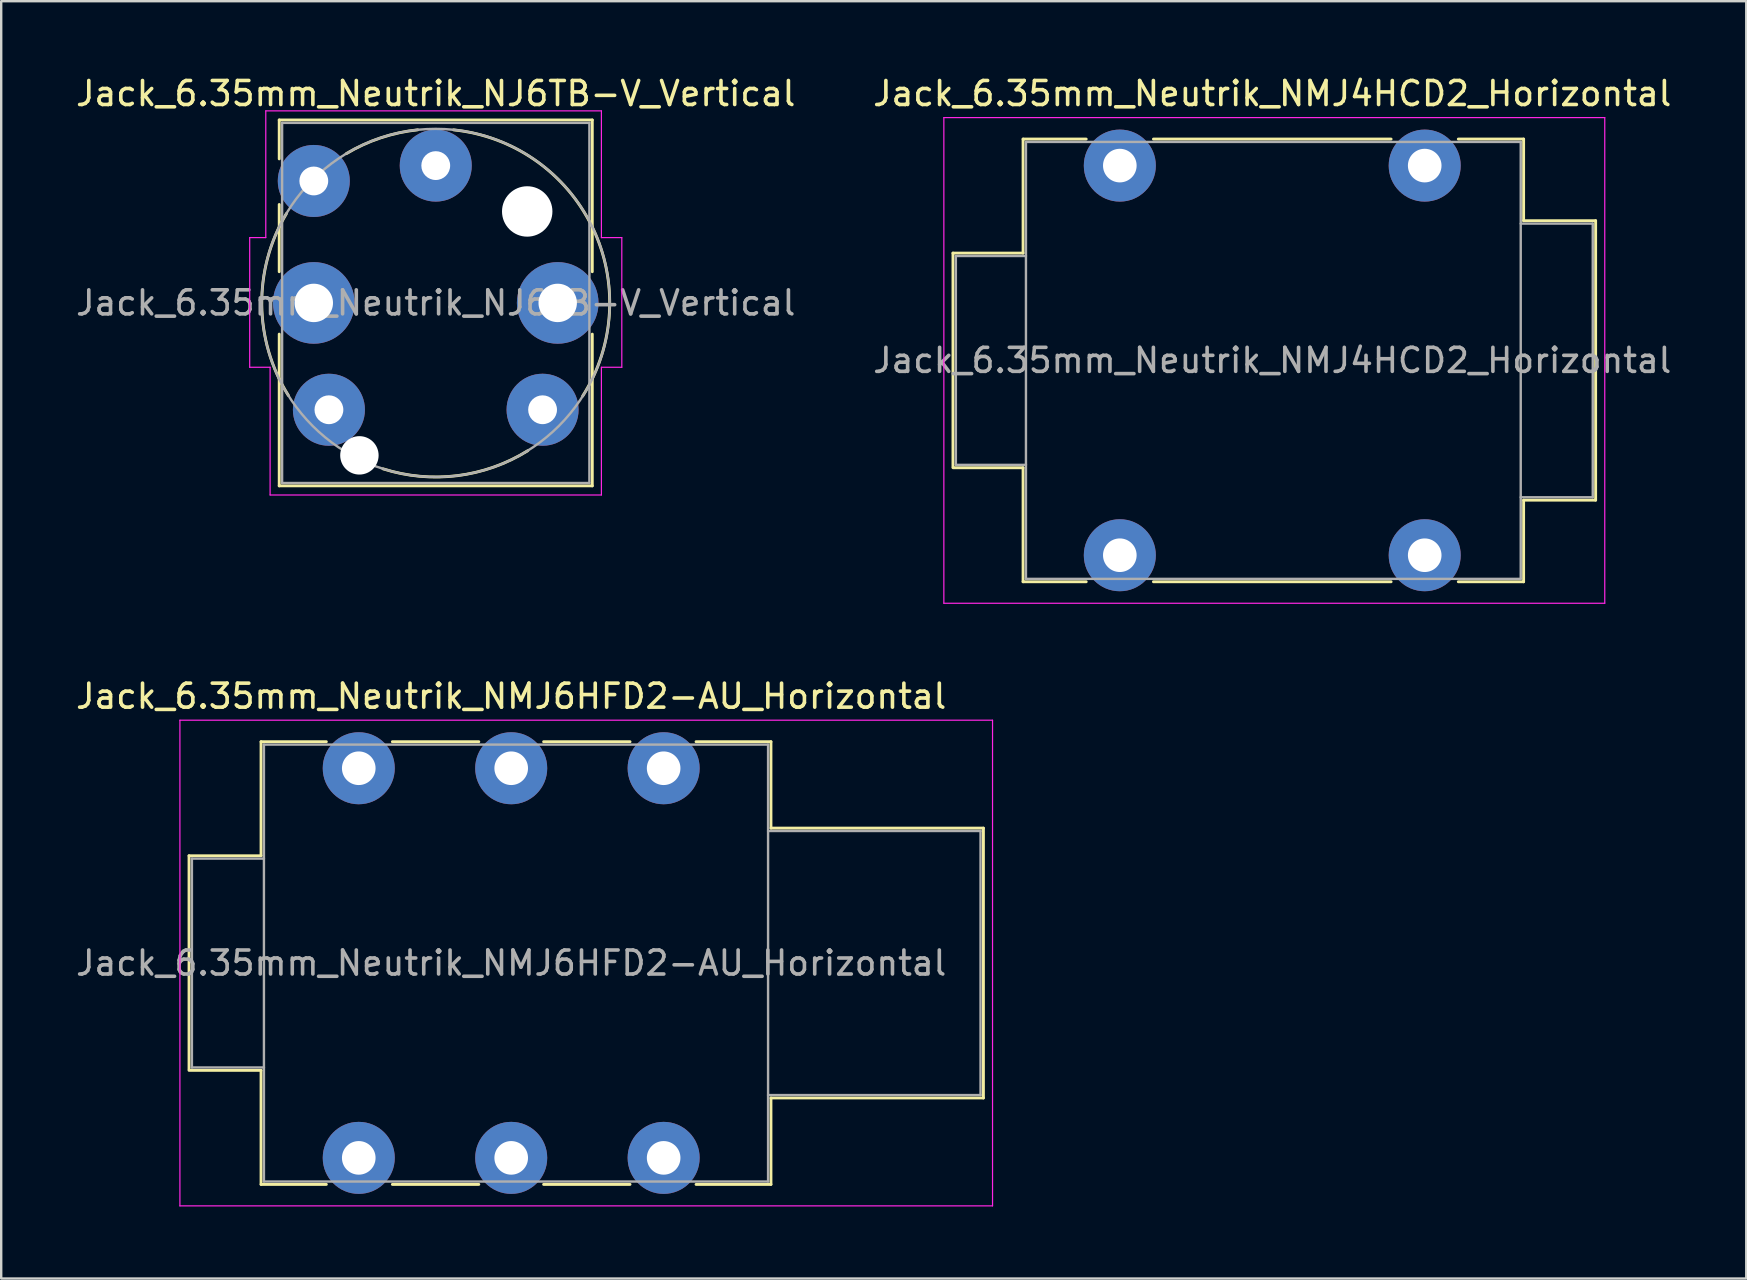
<source format=kicad_pcb>
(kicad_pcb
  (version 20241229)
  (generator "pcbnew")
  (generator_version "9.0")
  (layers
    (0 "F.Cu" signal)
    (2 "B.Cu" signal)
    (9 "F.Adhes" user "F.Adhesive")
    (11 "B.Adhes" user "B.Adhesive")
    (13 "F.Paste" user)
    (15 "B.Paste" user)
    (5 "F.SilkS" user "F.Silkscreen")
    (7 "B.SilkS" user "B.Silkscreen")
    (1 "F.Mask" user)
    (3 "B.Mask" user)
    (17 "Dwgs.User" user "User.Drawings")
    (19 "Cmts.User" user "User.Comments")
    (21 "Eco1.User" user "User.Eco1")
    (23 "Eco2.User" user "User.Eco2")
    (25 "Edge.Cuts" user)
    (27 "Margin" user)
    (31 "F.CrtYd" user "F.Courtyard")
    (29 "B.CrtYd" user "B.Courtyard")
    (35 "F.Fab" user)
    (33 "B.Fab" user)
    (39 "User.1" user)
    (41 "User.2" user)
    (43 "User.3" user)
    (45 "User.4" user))
  (footprint "Jack_6.35mm_Neutrik_NMJ4HCD2_Horizontal"
    (layer "F.Cu")
    (at 43.596 3.848)
    (property "Reference" "Jack_6.35mm_Neutrik_NMJ4HCD2_Horizontal" (at 6.35 -3 0) (layer "F.SilkS") (effects (font (size 1 1) (thickness 0.15))))
    (attr through_hole)
    (fp_line (start -6.95 3.645) (end -4.03 3.645) (stroke (width 0.12) (type solid)) (layer "F.SilkS"))
    (fp_line (start -6.95 12.545) (end -6.95 3.645) (stroke (width 0.12) (type solid)) (layer "F.SilkS"))
    (fp_line (start -6.95 12.585) (end -4.03 12.585) (stroke (width 0.12) (type solid)) (layer "F.SilkS"))
    (fp_line (start -4.03 -1.105) (end -1.4 -1.105) (stroke (width 0.12) (type solid)) (layer "F.SilkS"))
    (fp_line (start -4.03 3.645) (end -4.03 -1.105) (stroke (width 0.12) (type solid)) (layer "F.SilkS"))
    (fp_line (start -4.03 17.335) (end -4.03 12.585) (stroke (width 0.12) (type solid)) (layer "F.SilkS"))
    (fp_line (start -1.4 17.335) (end -4.03 17.335) (stroke (width 0.12) (type solid)) (layer "F.SilkS"))
    (fp_line (start 1.4 -1.105) (end 11.3 -1.105) (stroke (width 0.12) (type solid)) (layer "F.SilkS"))
    (fp_line (start 11.3 17.335) (end 1.4 17.335) (stroke (width 0.12) (type solid)) (layer "F.SilkS"))
    (fp_line (start 16.82 -1.105) (end 14.1 -1.105) (stroke (width 0.12) (type solid)) (layer "F.SilkS"))
    (fp_line (start 16.82 2.295) (end 16.82 -1.105) (stroke (width 0.12) (type solid)) (layer "F.SilkS"))
    (fp_line (start 16.82 2.295) (end 19.82 2.295) (stroke (width 0.12) (type solid)) (layer "F.SilkS"))
    (fp_line (start 16.82 13.935) (end 19.82 13.935) (stroke (width 0.12) (type solid)) (layer "F.SilkS"))
    (fp_line (start 16.82 17.335) (end 14.1 17.335) (stroke (width 0.12) (type solid)) (layer "F.SilkS"))
    (fp_line (start 16.82 17.335) (end 16.82 13.935) (stroke (width 0.12) (type solid)) (layer "F.SilkS"))
    (fp_line (start 19.82 13.935) (end 19.82 2.295) (stroke (width 0.12) (type solid)) (layer "F.SilkS"))
    (fp_line (start -7.33 18.23) (end -7.33 -2) (stroke (width 0.05) (type solid)) (layer "F.CrtYd"))
    (fp_line (start -7.33 18.23) (end 20.2 18.23) (stroke (width 0.05) (type solid)) (layer "F.CrtYd"))
    (fp_line (start 20.2 -2) (end -7.33 -2) (stroke (width 0.05) (type solid)) (layer "F.CrtYd"))
    (fp_line (start 20.2 18.23) (end 20.2 -2) (stroke (width 0.05) (type solid)) (layer "F.CrtYd"))
    (fp_line (start -6.83 3.765) (end -3.91 3.765) (stroke (width 0.1) (type solid)) (layer "F.Fab"))
    (fp_line (start -6.83 12.465) (end -6.83 3.765) (stroke (width 0.1) (type solid)) (layer "F.Fab"))
    (fp_line (start -6.83 12.465) (end -3.91 12.465) (stroke (width 0.1) (type solid)) (layer "F.Fab"))
    (fp_line (start -3.91 17.215) (end -3.91 -0.985) (stroke (width 0.1) (type solid)) (layer "F.Fab"))
    (fp_line (start 16.7 -0.985) (end -3.91 -0.985) (stroke (width 0.1) (type solid)) (layer "F.Fab"))
    (fp_line (start 16.7 17.215) (end -3.91 17.215) (stroke (width 0.1) (type solid)) (layer "F.Fab"))
    (fp_line (start 16.7 17.215) (end 16.7 -0.985) (stroke (width 0.1) (type solid)) (layer "F.Fab"))
    (fp_line (start 19.7 2.415) (end 16.7 2.415) (stroke (width 0.1) (type solid)) (layer "F.Fab"))
    (fp_line (start 19.7 13.815) (end 16.7 13.815) (stroke (width 0.1) (type solid)) (layer "F.Fab"))
    (fp_line (start 19.7 13.815) (end 19.7 2.415) (stroke (width 0.1) (type solid)) (layer "F.Fab"))
    (fp_text user "${REFERENCE}" (at 6.35 8.115 0) (layer "F.Fab") (effects (font (size 1 1) (thickness 0.15))))
    (pad "S" thru_hole circle (at 12.7 0) (size 3 3) (drill 1.4) (layers "*.Cu" "*.Mask"))
    (pad "SN" thru_hole circle (at 12.7 16.23) (size 3 3) (drill 1.4) (layers "*.Cu" "*.Mask"))
    (pad "T" thru_hole circle (at 0 0) (size 3 3) (drill 1.4) (layers "*.Cu" "*.Mask"))
    (pad "TN" thru_hole circle (at 0 16.23) (size 3 3) (drill 1.4) (layers "*.Cu" "*.Mask")))
  (footprint "Jack_6.35mm_Neutrik_NMJ6HFD2-AU_Horizontal"
    (layer "F.Cu")
    (at 11.894 28.951)
    (property "Reference" "Jack_6.35mm_Neutrik_NMJ6HFD2-AU_Horizontal" (at 6.35 -3 0) (layer "F.SilkS") (effects (font (size 1 1) (thickness 0.15))))
    (attr through_hole)
    (fp_line (start -7.07 3.645) (end -4.07 3.645) (stroke (width 0.12) (type solid)) (layer "F.SilkS"))
    (fp_line (start -7.07 12.545) (end -7.07 3.645) (stroke (width 0.12) (type solid)) (layer "F.SilkS"))
    (fp_line (start -7.07 12.585) (end -4.07 12.585) (stroke (width 0.12) (type solid)) (layer "F.SilkS"))
    (fp_line (start -4.07 -1.105) (end -1.35 -1.105) (stroke (width 0.12) (type solid)) (layer "F.SilkS"))
    (fp_line (start -4.07 3.645) (end -4.07 -1.105) (stroke (width 0.12) (type solid)) (layer "F.SilkS"))
    (fp_line (start -4.07 17.335) (end -4.07 12.585) (stroke (width 0.12) (type solid)) (layer "F.SilkS"))
    (fp_line (start -1.35 17.335) (end -4.07 17.335) (stroke (width 0.12) (type solid)) (layer "F.SilkS"))
    (fp_line (start 1.4 -1.105) (end 5 -1.105) (stroke (width 0.12) (type solid)) (layer "F.SilkS"))
    (fp_line (start 5 17.335) (end 1.4 17.335) (stroke (width 0.12) (type solid)) (layer "F.SilkS"))
    (fp_line (start 7.7 -1.105) (end 11.3 -1.105) (stroke (width 0.12) (type solid)) (layer "F.SilkS"))
    (fp_line (start 11.3 17.335) (end 7.7 17.335) (stroke (width 0.12) (type solid)) (layer "F.SilkS"))
    (fp_line (start 17.17 -1.105) (end 14.05 -1.105) (stroke (width 0.12) (type solid)) (layer "F.SilkS"))
    (fp_line (start 17.17 2.495) (end 17.17 -1.105) (stroke (width 0.12) (type solid)) (layer "F.SilkS"))
    (fp_line (start 17.17 2.495) (end 26.02 2.495) (stroke (width 0.12) (type solid)) (layer "F.SilkS"))
    (fp_line (start 17.17 13.735) (end 26.02 13.735) (stroke (width 0.12) (type solid)) (layer "F.SilkS"))
    (fp_line (start 17.17 17.335) (end 14.05 17.335) (stroke (width 0.12) (type solid)) (layer "F.SilkS"))
    (fp_line (start 17.17 17.335) (end 17.17 13.735) (stroke (width 0.12) (type solid)) (layer "F.SilkS"))
    (fp_line (start 26.02 13.735) (end 26.02 2.495) (stroke (width 0.12) (type solid)) (layer "F.SilkS"))
    (fp_line (start -7.45 18.23) (end -7.45 -2) (stroke (width 0.05) (type solid)) (layer "F.CrtYd"))
    (fp_line (start -7.45 18.23) (end 26.4 18.23) (stroke (width 0.05) (type solid)) (layer "F.CrtYd"))
    (fp_line (start 26.4 -2) (end -7.45 -2) (stroke (width 0.05) (type solid)) (layer "F.CrtYd"))
    (fp_line (start 26.4 18.23) (end 26.4 -2) (stroke (width 0.05) (type solid)) (layer "F.CrtYd"))
    (fp_line (start -6.95 3.765) (end -3.95 3.765) (stroke (width 0.1) (type solid)) (layer "F.Fab"))
    (fp_line (start -6.95 12.465) (end -6.95 3.765) (stroke (width 0.1) (type solid)) (layer "F.Fab"))
    (fp_line (start -6.95 12.465) (end -3.95 12.465) (stroke (width 0.1) (type solid)) (layer "F.Fab"))
    (fp_line (start -3.95 17.215) (end -3.95 -0.985) (stroke (width 0.1) (type solid)) (layer "F.Fab"))
    (fp_line (start 17.05 -0.985) (end -3.95 -0.985) (stroke (width 0.1) (type solid)) (layer "F.Fab"))
    (fp_line (start 17.05 17.215) (end -3.95 17.215) (stroke (width 0.1) (type solid)) (layer "F.Fab"))
    (fp_line (start 17.05 17.215) (end 17.05 -0.985) (stroke (width 0.1) (type solid)) (layer "F.Fab"))
    (fp_line (start 25.9 2.615) (end 17.05 2.615) (stroke (width 0.1) (type solid)) (layer "F.Fab"))
    (fp_line (start 25.9 13.615) (end 17.05 13.615) (stroke (width 0.1) (type solid)) (layer "F.Fab"))
    (fp_line (start 25.9 13.615) (end 25.9 2.615) (stroke (width 0.1) (type solid)) (layer "F.Fab"))
    (fp_text user "${REFERENCE}" (at 6.35 8.115 0) (layer "F.Fab") (effects (font (size 1 1) (thickness 0.15))))
    (pad "R" thru_hole circle (at 6.35 0) (size 3 3) (drill 1.4) (layers "*.Cu" "*.Mask"))
    (pad "RN" thru_hole circle (at 6.35 16.23) (size 3 3) (drill 1.4) (layers "*.Cu" "*.Mask"))
    (pad "S" thru_hole circle (at 12.7 0) (size 3 3) (drill 1.4) (layers "*.Cu" "*.Mask"))
    (pad "SN" thru_hole circle (at 12.7 16.23) (size 3 3) (drill 1.4) (layers "*.Cu" "*.Mask"))
    (pad "T" thru_hole circle (at 0 0) (size 3 3) (drill 1.4) (layers "*.Cu" "*.Mask"))
    (pad "TN" thru_hole circle (at 0 16.23) (size 3 3) (drill 1.4) (layers "*.Cu" "*.Mask")))
  (footprint "Jack_6.35mm_Neutrik_NJ6TB-V_Vertical"
    (layer "F.Cu")
    (at 15.101 3.848)
    (property "Reference" "Jack_6.35mm_Neutrik_NJ6TB-V_Vertical" (at 0 -3 0) (layer "F.SilkS") (effects (font (size 1 1) (thickness 0.15))))
    (attr through_hole)
    (fp_line (start -6.52 -1.9) (end -6.52 -0.28) (stroke (width 0.12) (type solid)) (layer "F.SilkS"))
    (fp_line (start -6.52 -1.9) (end 6.52 -1.9) (stroke (width 0.12) (type solid)) (layer "F.SilkS"))
    (fp_line (start -6.52 1.62) (end -6.52 4.42) (stroke (width 0.12) (type solid)) (layer "F.SilkS"))
    (fp_line (start -6.52 7.02) (end -6.52 13.34) (stroke (width 0.12) (type solid)) (layer "F.SilkS"))
    (fp_line (start -6.52 13.34) (end 6.52 13.34) (stroke (width 0.12) (type solid)) (layer "F.SilkS"))
    (fp_line (start 6.52 -1.9) (end 6.52 4.42) (stroke (width 0.12) (type solid)) (layer "F.SilkS"))
    (fp_line (start 6.52 7.02) (end 6.52 13.34) (stroke (width 0.12) (type solid)) (layer "F.SilkS"))
    (fp_arc (start -6.138365 9.573216) (mid -7.247116 5.79812) (end -6.22 2) (stroke (width 0.12) (type solid)) (layer "F.SilkS"))
    (fp_arc (start -3.726809 -0.497515) (mid -2.292752 -1.156764) (end -0.75 -1.49) (stroke (width 0.12) (type solid)) (layer "F.SilkS"))
    (fp_arc (start 0.741615 -1.488246) (mid 6.519796 2.557554) (end 6.12 9.6) (stroke (width 0.12) (type solid)) (layer "F.SilkS"))
    (fp_arc (start 3.836366 11.873893) (mid 0.901303 12.915537) (end -2.2 12.63) (stroke (width 0.12) (type solid)) (layer "F.SilkS"))
    (fp_line (start -7.75 3) (end -7.75 8.4) (stroke (width 0.05) (type solid)) (layer "F.CrtYd"))
    (fp_line (start -7.08 -2.28) (end -7.08 3) (stroke (width 0.05) (type solid)) (layer "F.CrtYd"))
    (fp_line (start -7.08 -2.28) (end 6.9 -2.28) (stroke (width 0.05) (type solid)) (layer "F.CrtYd"))
    (fp_line (start -7.08 3) (end -7.75 3) (stroke (width 0.05) (type solid)) (layer "F.CrtYd"))
    (fp_line (start -6.9 8.4) (end -7.75 8.4) (stroke (width 0.05) (type solid)) (layer "F.CrtYd"))
    (fp_line (start -6.9 8.4) (end -6.9 13.72) (stroke (width 0.05) (type solid)) (layer "F.CrtYd"))
    (fp_line (start -6.9 13.72) (end 6.9 13.72) (stroke (width 0.05) (type solid)) (layer "F.CrtYd"))
    (fp_line (start 6.9 -2.28) (end 6.9 3) (stroke (width 0.05) (type solid)) (layer "F.CrtYd"))
    (fp_line (start 6.9 3) (end 7.75 3) (stroke (width 0.05) (type solid)) (layer "F.CrtYd"))
    (fp_line (start 6.9 8.4) (end 6.9 13.72) (stroke (width 0.05) (type solid)) (layer "F.CrtYd"))
    (fp_line (start 6.9 8.4) (end 7.75 8.4) (stroke (width 0.05) (type solid)) (layer "F.CrtYd"))
    (fp_line (start 7.75 3) (end 7.75 8.4) (stroke (width 0.05) (type solid)) (layer "F.CrtYd"))
    (fp_line (start -6.4 -1.78) (end -6.4 13.22) (stroke (width 0.1) (type solid)) (layer "F.Fab"))
    (fp_line (start -6.4 -1.78) (end 6.4 -1.78) (stroke (width 0.1) (type solid)) (layer "F.Fab"))
    (fp_line (start -6.4 13.22) (end 6.4 13.22) (stroke (width 0.1) (type solid)) (layer "F.Fab"))
    (fp_line (start 6.4 -1.78) (end 6.4 13.22) (stroke (width 0.1) (type solid)) (layer "F.Fab"))
    (fp_circle (center 0 5.72) (end -7.25 5.72) (stroke (width 0.1) (type solid)) (fill no) (layer "F.Fab"))
    (fp_text user "${REFERENCE}" (at 0 5.72 0) (layer "F.Fab") (effects (font (size 1 1) (thickness 0.15))))
    (pad "" np_thru_hole circle (at -3.18 12.07 180) (size 1.6 1.6) (drill 1.6) (layers "*.Cu" "*.Mask"))
    (pad "" np_thru_hole circle (at 3.81 1.91 180) (size 2.1 2.1) (drill 2.1) (layers "*.Cu" "*.Mask"))
    (pad "R" thru_hole circle (at 5.08 5.72 180) (size 3.4 3.4) (drill 1.6) (layers "*.Cu" "*.Mask"))
    (pad "RN" thru_hole circle (at 4.45 10.17 180) (size 3 3) (drill 1.2) (layers "*.Cu" "*.Mask"))
    (pad "S" thru_hole circle (at -5.08 5.72 180) (size 3.4 3.4) (drill 1.6) (layers "*.Cu" "*.Mask"))
    (pad "SN" thru_hole circle (at -4.45 10.17 180) (size 3 3) (drill 1.2) (layers "*.Cu" "*.Mask"))
    (pad "T" thru_hole circle (at 0 0 180) (size 3 3) (drill 1.2) (layers "*.Cu" "*.Mask"))
    (pad "TN" thru_hole circle (at -5.08 0.64 180) (size 3 3) (drill 1.2) (layers "*.Cu" "*.Mask")))
  (gr_rect
    (start -3 -3)
    (end 69.69 50.206)
    (stroke (width 0.1) (type default))
    (fill no)
    (layer "Edge.Cuts")))
</source>
